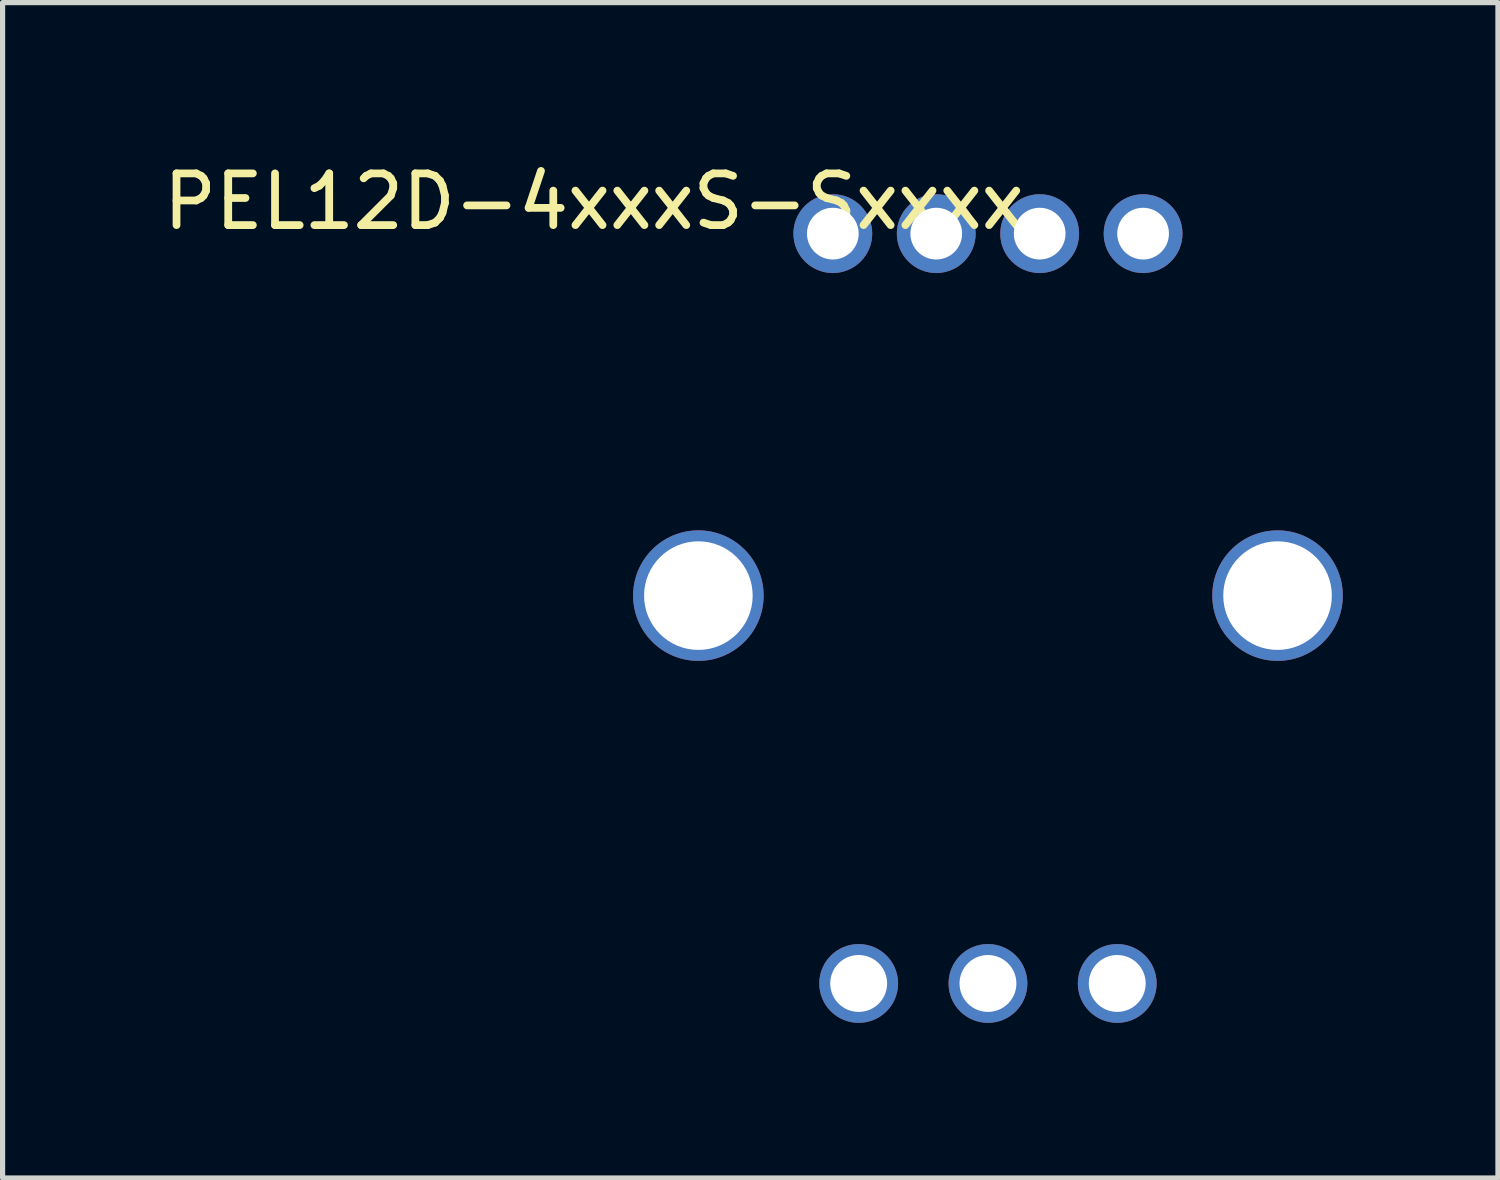
<source format=kicad_pcb>
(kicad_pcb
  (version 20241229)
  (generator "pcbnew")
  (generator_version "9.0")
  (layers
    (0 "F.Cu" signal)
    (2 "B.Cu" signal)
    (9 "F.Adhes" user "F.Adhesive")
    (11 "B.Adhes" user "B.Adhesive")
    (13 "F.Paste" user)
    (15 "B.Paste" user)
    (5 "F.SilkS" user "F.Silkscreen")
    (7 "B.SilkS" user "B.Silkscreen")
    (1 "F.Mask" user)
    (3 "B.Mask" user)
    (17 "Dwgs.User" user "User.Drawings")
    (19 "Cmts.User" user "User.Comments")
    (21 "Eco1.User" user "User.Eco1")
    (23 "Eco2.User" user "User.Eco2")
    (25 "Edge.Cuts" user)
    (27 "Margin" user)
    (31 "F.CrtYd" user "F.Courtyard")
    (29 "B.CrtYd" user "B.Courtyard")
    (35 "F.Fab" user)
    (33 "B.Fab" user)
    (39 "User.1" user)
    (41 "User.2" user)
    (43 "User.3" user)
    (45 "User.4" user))
  (footprint "PEL12D-4xxxS-Sxxxx"
    (layer "F.Cu")
    (at 16.055 8.468)
    (property "Reference" "PEL12D-4xxxS-Sxxxx" (at -7.62 -7.62 0) (layer "F.SilkS") (effects (font (size 1 1) (thickness 0.15))))
    (attr through_hole)
    (pad "" thru_hole circle (at -5.6 0) (size 2.524 2.524) (drill 2.1) (layers "*.Cu" "*.Mask"))
    (pad "" thru_hole circle (at 5.6 0) (size 2.524 2.524) (drill 2.1) (layers "*.Cu" "*.Mask"))
    (pad "1" thru_hole circle (at 3 -7) (size 1.524 1.524) (drill 1) (layers "*.Cu" "*.Mask"))
    (pad "2" thru_hole circle (at 1 -7) (size 1.524 1.524) (drill 1) (layers "*.Cu" "*.Mask"))
    (pad "3" thru_hole circle (at -1 -7) (size 1.524 1.524) (drill 1) (layers "*.Cu" "*.Mask"))
    (pad "4" thru_hole circle (at -3 -7) (size 1.524 1.524) (drill 1) (layers "*.Cu" "*.Mask"))
    (pad "5" thru_hole circle (at -2.5 7.5) (size 1.524 1.524) (drill 1.1) (layers "*.Cu" "*.Mask"))
    (pad "6" thru_hole circle (at 0 7.5) (size 1.524 1.524) (drill 1.1) (layers "*.Cu" "*.Mask"))
    (pad "7" thru_hole circle (at 2.5 7.5) (size 1.524 1.524) (drill 1.1) (layers "*.Cu" "*.Mask")))
  (gr_rect
    (start -3 -3)
    (end 25.917 19.73)
    (stroke (width 0.1) (type default))
    (fill no)
    (layer "Edge.Cuts")))
</source>
